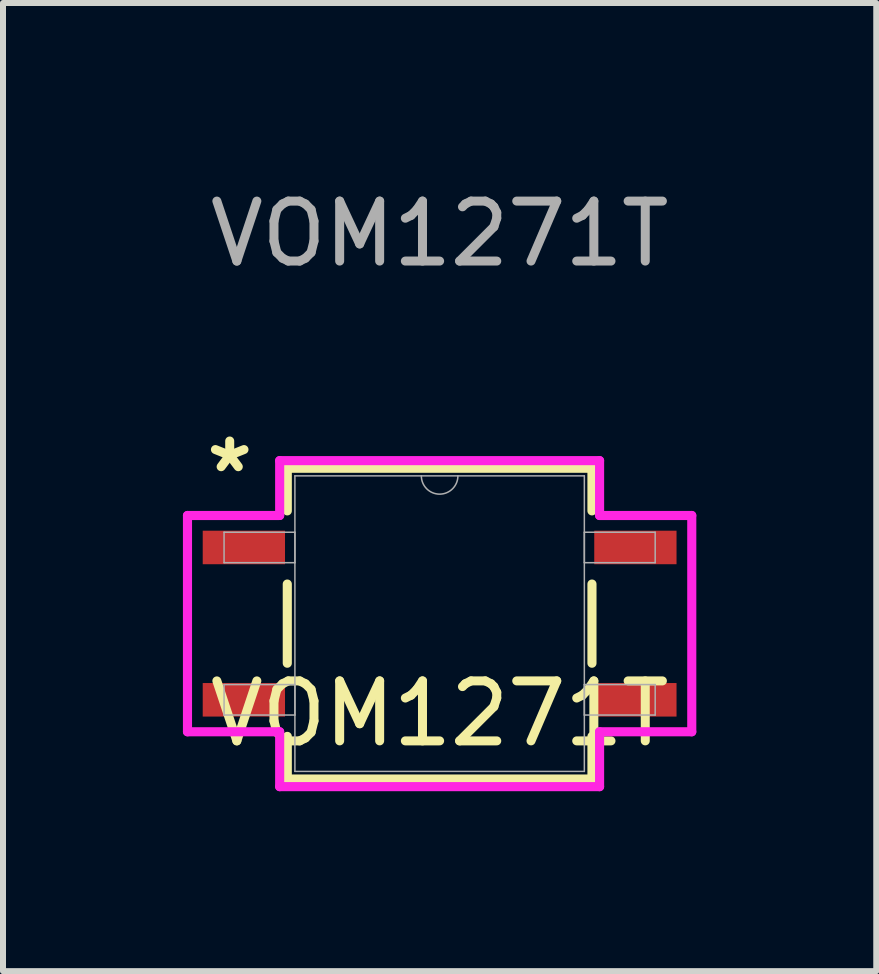
<source format=kicad_pcb>
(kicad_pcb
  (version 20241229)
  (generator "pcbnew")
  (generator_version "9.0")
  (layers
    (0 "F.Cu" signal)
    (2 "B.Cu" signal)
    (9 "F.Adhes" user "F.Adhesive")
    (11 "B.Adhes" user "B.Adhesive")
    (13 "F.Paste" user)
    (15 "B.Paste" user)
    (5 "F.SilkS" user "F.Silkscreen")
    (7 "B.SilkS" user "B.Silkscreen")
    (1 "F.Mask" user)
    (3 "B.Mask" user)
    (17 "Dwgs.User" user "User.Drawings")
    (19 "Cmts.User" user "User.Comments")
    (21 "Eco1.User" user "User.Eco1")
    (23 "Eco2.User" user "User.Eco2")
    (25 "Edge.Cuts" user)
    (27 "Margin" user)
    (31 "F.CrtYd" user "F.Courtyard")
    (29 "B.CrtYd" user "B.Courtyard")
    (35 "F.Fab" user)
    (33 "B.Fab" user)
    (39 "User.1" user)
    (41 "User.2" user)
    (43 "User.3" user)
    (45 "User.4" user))
  (footprint "VOM1271T"
    (layer "F.Cu")
    (at 4.28 7.348)
    (property "Reference" "VOM1271T" (at 0 1.5 0) (unlocked yes) (layer "F.SilkS") (effects (font (size 1 1) (thickness 0.15))))
    (attr smd)
    (fp_line (start -2.54 -2.591) (end -2.54 -1.88) (stroke (width 0.152) (type solid)) (layer "F.SilkS"))
    (fp_line (start -2.54 -0.66) (end -2.54 0.66) (stroke (width 0.152) (type solid)) (layer "F.SilkS"))
    (fp_line (start -2.54 1.88) (end -2.54 2.591) (stroke (width 0.152) (type solid)) (layer "F.SilkS"))
    (fp_line (start -2.54 2.591) (end 2.54 2.591) (stroke (width 0.152) (type solid)) (layer "F.SilkS"))
    (fp_line (start 2.54 -2.591) (end -2.54 -2.591) (stroke (width 0.152) (type solid)) (layer "F.SilkS"))
    (fp_line (start 2.54 -1.88) (end 2.54 -2.591) (stroke (width 0.152) (type solid)) (layer "F.SilkS"))
    (fp_line (start 2.54 0.66) (end 2.54 -0.66) (stroke (width 0.152) (type solid)) (layer "F.SilkS"))
    (fp_line (start 2.54 2.591) (end 2.54 1.88) (stroke (width 0.152) (type solid)) (layer "F.SilkS"))
    (fp_line (start -4.204 -1.803) (end -2.667 -1.803) (stroke (width 0.152) (type solid)) (layer "F.CrtYd"))
    (fp_line (start -4.204 1.803) (end -4.204 -1.803) (stroke (width 0.152) (type solid)) (layer "F.CrtYd"))
    (fp_line (start -4.204 1.803) (end -2.667 1.803) (stroke (width 0.152) (type solid)) (layer "F.CrtYd"))
    (fp_line (start -2.667 -2.718) (end 2.667 -2.718) (stroke (width 0.152) (type solid)) (layer "F.CrtYd"))
    (fp_line (start -2.667 -1.803) (end -2.667 -2.718) (stroke (width 0.152) (type solid)) (layer "F.CrtYd"))
    (fp_line (start -2.667 2.718) (end -2.667 1.803) (stroke (width 0.152) (type solid)) (layer "F.CrtYd"))
    (fp_line (start 2.667 -2.718) (end 2.667 -1.803) (stroke (width 0.152) (type solid)) (layer "F.CrtYd"))
    (fp_line (start 2.667 1.803) (end 2.667 2.718) (stroke (width 0.152) (type solid)) (layer "F.CrtYd"))
    (fp_line (start 2.667 2.718) (end -2.667 2.718) (stroke (width 0.152) (type solid)) (layer "F.CrtYd"))
    (fp_line (start 4.204 -1.803) (end 2.667 -1.803) (stroke (width 0.152) (type solid)) (layer "F.CrtYd"))
    (fp_line (start 4.204 -1.803) (end 4.204 1.803) (stroke (width 0.152) (type solid)) (layer "F.CrtYd"))
    (fp_line (start 4.204 1.803) (end 2.667 1.803) (stroke (width 0.152) (type solid)) (layer "F.CrtYd"))
    (fp_line (start -3.594 -1.524) (end -3.594 -1.016) (stroke (width 0.025) (type solid)) (layer "F.Fab"))
    (fp_line (start -3.594 -1.016) (end -2.413 -1.016) (stroke (width 0.025) (type solid)) (layer "F.Fab"))
    (fp_line (start -3.594 1.016) (end -3.594 1.524) (stroke (width 0.025) (type solid)) (layer "F.Fab"))
    (fp_line (start -3.594 1.524) (end -2.413 1.524) (stroke (width 0.025) (type solid)) (layer "F.Fab"))
    (fp_line (start -2.413 -2.464) (end -2.413 2.464) (stroke (width 0.025) (type solid)) (layer "F.Fab"))
    (fp_line (start -2.413 -1.524) (end -3.594 -1.524) (stroke (width 0.025) (type solid)) (layer "F.Fab"))
    (fp_line (start -2.413 -1.016) (end -2.413 -1.524) (stroke (width 0.025) (type solid)) (layer "F.Fab"))
    (fp_line (start -2.413 1.016) (end -3.594 1.016) (stroke (width 0.025) (type solid)) (layer "F.Fab"))
    (fp_line (start -2.413 1.524) (end -2.413 1.016) (stroke (width 0.025) (type solid)) (layer "F.Fab"))
    (fp_line (start -2.413 2.464) (end 2.413 2.464) (stroke (width 0.025) (type solid)) (layer "F.Fab"))
    (fp_line (start 2.413 -2.464) (end -2.413 -2.464) (stroke (width 0.025) (type solid)) (layer "F.Fab"))
    (fp_line (start 2.413 -1.524) (end 2.413 -1.016) (stroke (width 0.025) (type solid)) (layer "F.Fab"))
    (fp_line (start 2.413 -1.016) (end 3.594 -1.016) (stroke (width 0.025) (type solid)) (layer "F.Fab"))
    (fp_line (start 2.413 1.016) (end 2.413 1.524) (stroke (width 0.025) (type solid)) (layer "F.Fab"))
    (fp_line (start 2.413 1.524) (end 3.594 1.524) (stroke (width 0.025) (type solid)) (layer "F.Fab"))
    (fp_line (start 2.413 2.464) (end 2.413 -2.464) (stroke (width 0.025) (type solid)) (layer "F.Fab"))
    (fp_line (start 3.594 -1.524) (end 2.413 -1.524) (stroke (width 0.025) (type solid)) (layer "F.Fab"))
    (fp_line (start 3.594 -1.016) (end 3.594 -1.524) (stroke (width 0.025) (type solid)) (layer "F.Fab"))
    (fp_line (start 3.594 1.016) (end 2.413 1.016) (stroke (width 0.025) (type solid)) (layer "F.Fab"))
    (fp_line (start 3.594 1.524) (end 3.594 1.016) (stroke (width 0.025) (type solid)) (layer "F.Fab"))
    (fp_arc (start 0.3048 -2.4638) (mid 0 -2.159) (end -0.3048 -2.4638) (stroke (width 0.0254) (type solid)) (layer "F.Fab"))
    (fp_text user "*" (at -3.5 -2.5 0) (unlocked yes) (layer "F.SilkS") (effects (font (size 1 1) (thickness 0.15))))
    (fp_text user "${REFERENCE}" (at 0 -6.5 0) (unlocked yes) (layer "F.Fab") (effects (font (size 1 1) (thickness 0.15))))
    (pad "1" smd rect (at -3.264 -1.27) (size 1.372 0.559) (layers "F.Cu" "F.Mask" "F.Paste"))
    (pad "2" smd rect (at -3.264 1.27) (size 1.372 0.559) (layers "F.Cu" "F.Mask" "F.Paste"))
    (pad "3" smd rect (at 3.264 1.27) (size 1.372 0.559) (layers "F.Cu" "F.Mask" "F.Paste"))
    (pad "4" smd rect (at 3.264 -1.27) (size 1.372 0.559) (layers "F.Cu" "F.Mask" "F.Paste")))
  (gr_rect
    (start -3 -3)
    (end 11.56 13.142)
    (stroke (width 0.1) (type default))
    (fill no)
    (layer "Edge.Cuts")))
</source>
